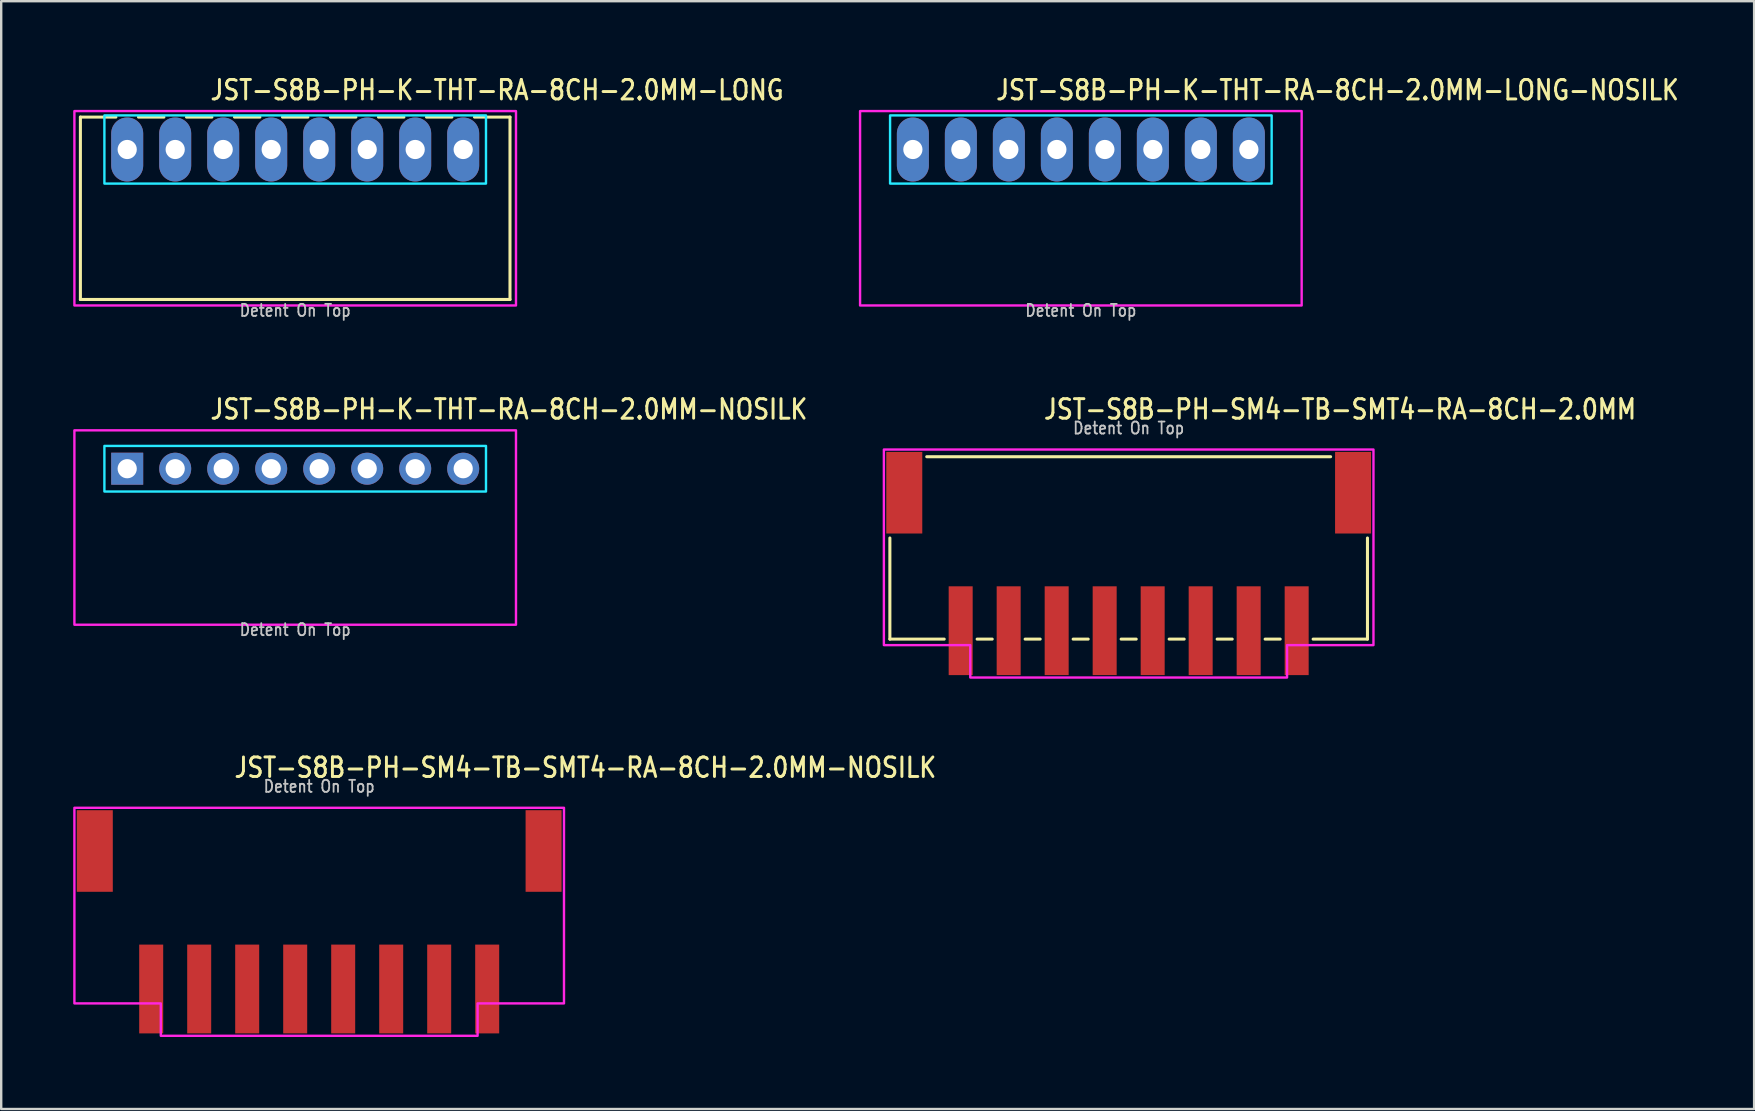
<source format=kicad_pcb>
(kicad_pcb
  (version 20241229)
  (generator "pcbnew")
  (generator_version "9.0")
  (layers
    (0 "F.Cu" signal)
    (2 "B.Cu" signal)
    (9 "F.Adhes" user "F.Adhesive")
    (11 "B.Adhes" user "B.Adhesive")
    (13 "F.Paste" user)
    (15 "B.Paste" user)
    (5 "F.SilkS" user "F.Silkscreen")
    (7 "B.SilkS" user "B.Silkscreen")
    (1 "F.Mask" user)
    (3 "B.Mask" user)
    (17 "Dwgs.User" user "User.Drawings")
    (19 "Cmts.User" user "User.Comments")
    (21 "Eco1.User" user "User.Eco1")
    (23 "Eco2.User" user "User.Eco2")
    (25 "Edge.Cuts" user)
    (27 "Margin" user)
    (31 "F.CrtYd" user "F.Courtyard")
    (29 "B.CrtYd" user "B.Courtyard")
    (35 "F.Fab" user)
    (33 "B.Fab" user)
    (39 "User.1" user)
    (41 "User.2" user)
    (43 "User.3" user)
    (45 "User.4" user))
  (footprint "JST-S8B-PH-K-THT-RA-8CH-2.0MM-NOSILK"
    (layer "F.Cu")
    (at 9.25 16.48)
    (property "Reference" "JST-S8B-PH-K-THT-RA-8CH-2.0MM-NOSILK" (at -3.6 -2 0) (unlocked yes) (layer "F.SilkS") (effects (font (size 0.813 0.695) (thickness 0.122)) (justify left bottom)))
    (fp_poly (pts (xy -7.95 -0.95) (xy -7.95 0.95) (xy 7.95 0.95) (xy 7.95 -0.95)) (stroke (width 0.1) (type solid)) (fill no) (layer "B.CrtYd"))
    (fp_poly (pts (xy -9.2 -1.6) (xy -9.2 6.5) (xy 9.2 6.5) (xy 9.2 -1.6)) (stroke (width 0.1) (type solid)) (fill no) (layer "F.CrtYd"))
    (fp_text user "Detent On Top" (at 0 7 0) (unlocked yes) (layer "Dwgs.User") (effects (font (size 0.5 0.427) (thickness 0.075)) (justify bottom)))
    (pad "P$1" thru_hole rect (at -7 0) (size 1.333 1.333) (drill 0.8) (layers "*.Cu" "*.Mask"))
    (pad "P$2" thru_hole oval (at -5 0) (size 1.333 1.333) (drill 0.8) (layers "*.Cu" "*.Mask"))
    (pad "P$3" thru_hole oval (at -3 0) (size 1.333 1.333) (drill 0.8) (layers "*.Cu" "*.Mask"))
    (pad "P$4" thru_hole oval (at -1 0) (size 1.333 1.333) (drill 0.8) (layers "*.Cu" "*.Mask"))
    (pad "P$5" thru_hole oval (at 1 0) (size 1.333 1.333) (drill 0.8) (layers "*.Cu" "*.Mask"))
    (pad "P$6" thru_hole oval (at 3 0) (size 1.333 1.333) (drill 0.8) (layers "*.Cu" "*.Mask"))
    (pad "P$7" thru_hole oval (at 5 0) (size 1.333 1.333) (drill 0.8) (layers "*.Cu" "*.Mask"))
    (pad "P$8" thru_hole oval (at 7 0) (size 1.333 1.333) (drill 0.8) (layers "*.Cu" "*.Mask")))
  (footprint "JST-S8B-PH-SM4-TB-SMT4-RA-8CH-2.0MM"
    (layer "F.Cu")
    (at 43.979 17.48)
    (property "Reference" "JST-S8B-PH-SM4-TB-SMT4-RA-8CH-2.0MM" (at -3.6 -3 0) (unlocked yes) (layer "F.SilkS") (effects (font (size 0.813 0.695) (thickness 0.122)) (justify left bottom)))
    (fp_line (start -9.95 6.1) (end -9.95 1.887) (stroke (width 0.127) (type solid)) (layer "F.SilkS"))
    (fp_line (start -9.95 6.1) (end -7.686 6.1) (stroke (width 0.127) (type solid)) (layer "F.SilkS"))
    (fp_line (start -8.414 -1.5) (end 8.414 -1.5) (stroke (width 0.127) (type solid)) (layer "F.SilkS"))
    (fp_line (start -6.314 6.1) (end -5.686 6.1) (stroke (width 0.127) (type solid)) (layer "F.SilkS"))
    (fp_line (start -4.314 6.1) (end -3.687 6.1) (stroke (width 0.127) (type solid)) (layer "F.SilkS"))
    (fp_line (start -2.313 6.1) (end -1.687 6.1) (stroke (width 0.127) (type solid)) (layer "F.SilkS"))
    (fp_line (start -0.314 6.1) (end 0.314 6.1) (stroke (width 0.127) (type solid)) (layer "F.SilkS"))
    (fp_line (start 1.687 6.1) (end 2.313 6.1) (stroke (width 0.127) (type solid)) (layer "F.SilkS"))
    (fp_line (start 3.687 6.1) (end 4.314 6.1) (stroke (width 0.127) (type solid)) (layer "F.SilkS"))
    (fp_line (start 5.686 6.1) (end 6.314 6.1) (stroke (width 0.127) (type solid)) (layer "F.SilkS"))
    (fp_line (start 7.686 6.1) (end 9.95 6.1) (stroke (width 0.127) (type solid)) (layer "F.SilkS"))
    (fp_line (start 9.95 1.887) (end 9.95 6.1) (stroke (width 0.127) (type solid)) (layer "F.SilkS"))
    (fp_poly (pts (xy -10.2 -1.8) (xy -10.2 6.35) (xy -6.6 6.35) (xy -6.6 7.7) (xy 6.6 7.7) (xy 6.6 6.35) (xy 10.2 6.35) (xy 10.2 -1.8)) (stroke (width 0.1) (type solid)) (fill no) (layer "F.CrtYd"))
    (fp_text user "Detent On Top" (at 0 -2.4 0) (unlocked yes) (layer "Dwgs.User") (effects (font (size 0.5 0.427) (thickness 0.075)) (justify bottom)))
    (pad "P$1" smd rect (at 7 5.75) (size 1 3.7) (layers "F.Cu" "F.Mask" "F.Paste"))
    (pad "P$2" smd rect (at 5 5.75) (size 1 3.7) (layers "F.Cu" "F.Mask" "F.Paste"))
    (pad "P$3" smd rect (at 3 5.75) (size 1 3.7) (layers "F.Cu" "F.Mask" "F.Paste"))
    (pad "P$4" smd rect (at 1 5.75) (size 1 3.7) (layers "F.Cu" "F.Mask" "F.Paste"))
    (pad "P$5" smd rect (at -1 5.75) (size 1 3.7) (layers "F.Cu" "F.Mask" "F.Paste"))
    (pad "P$6" smd rect (at -3 5.75) (size 1 3.7) (layers "F.Cu" "F.Mask" "F.Paste"))
    (pad "P$7" smd rect (at -5 5.75) (size 1 3.7) (layers "F.Cu" "F.Mask" "F.Paste"))
    (pad "P$8" smd rect (at -7 5.75) (size 1 3.7) (layers "F.Cu" "F.Mask" "F.Paste"))
    (pad "S$1" smd rect (at -9.35 0) (size 1.5 3.4) (layers "F.Cu" "F.Mask" "F.Paste"))
    (pad "S$2" smd rect (at 9.35 0) (size 1.5 3.4) (layers "F.Cu" "F.Mask" "F.Paste")))
  (footprint "JST-S8B-PH-K-THT-RA-8CH-2.0MM-LONG"
    (layer "F.Cu")
    (at 9.25 3.179)
    (property "Reference" "JST-S8B-PH-K-THT-RA-8CH-2.0MM-LONG" (at -3.6 -2 0) (unlocked yes) (layer "F.SilkS") (effects (font (size 0.813 0.695) (thickness 0.122)) (justify left bottom)))
    (fp_line (start -8.95 -1.35) (end -7.471 -1.35) (stroke (width 0.127) (type solid)) (layer "F.SilkS"))
    (fp_line (start -8.95 6.25) (end -8.95 -1.35) (stroke (width 0.127) (type solid)) (layer "F.SilkS"))
    (fp_line (start -8.95 6.25) (end 8.95 6.25) (stroke (width 0.127) (type solid)) (layer "F.SilkS"))
    (fp_line (start -6.529 -1.35) (end -5.471 -1.35) (stroke (width 0.127) (type solid)) (layer "F.SilkS"))
    (fp_line (start -4.529 -1.35) (end -3.471 -1.35) (stroke (width 0.127) (type solid)) (layer "F.SilkS"))
    (fp_line (start -2.529 -1.35) (end -1.471 -1.35) (stroke (width 0.127) (type solid)) (layer "F.SilkS"))
    (fp_line (start -0.529 -1.35) (end 0.529 -1.35) (stroke (width 0.127) (type solid)) (layer "F.SilkS"))
    (fp_line (start 1.471 -1.35) (end 2.529 -1.35) (stroke (width 0.127) (type solid)) (layer "F.SilkS"))
    (fp_line (start 3.471 -1.35) (end 4.529 -1.35) (stroke (width 0.127) (type solid)) (layer "F.SilkS"))
    (fp_line (start 5.471 -1.35) (end 6.529 -1.35) (stroke (width 0.127) (type solid)) (layer "F.SilkS"))
    (fp_line (start 7.471 -1.35) (end 8.95 -1.35) (stroke (width 0.127) (type solid)) (layer "F.SilkS"))
    (fp_line (start 8.95 -1.35) (end 8.95 6.25) (stroke (width 0.127) (type solid)) (layer "F.SilkS"))
    (fp_poly (pts (xy -7.95 -1.42) (xy -7.95 1.42) (xy 7.95 1.42) (xy 7.95 -1.42)) (stroke (width 0.1) (type solid)) (fill no) (layer "B.CrtYd"))
    (fp_poly (pts (xy -9.2 -1.6) (xy -9.2 6.5) (xy 9.2 6.5) (xy 9.2 -1.6)) (stroke (width 0.1) (type solid)) (fill no) (layer "F.CrtYd"))
    (fp_text user "Detent On Top" (at 0 7 0) (unlocked yes) (layer "Dwgs.User") (effects (font (size 0.5 0.427) (thickness 0.075)) (justify bottom)))
    (pad "P$1" thru_hole oval (at -7 0 90) (size 2.667 1.333) (drill 0.8) (layers "*.Cu" "*.Mask"))
    (pad "P$2" thru_hole oval (at -5 0 90) (size 2.667 1.333) (drill 0.8) (layers "*.Cu" "*.Mask"))
    (pad "P$3" thru_hole oval (at -3 0 90) (size 2.667 1.333) (drill 0.8) (layers "*.Cu" "*.Mask"))
    (pad "P$4" thru_hole oval (at -1 0 90) (size 2.667 1.333) (drill 0.8) (layers "*.Cu" "*.Mask"))
    (pad "P$5" thru_hole oval (at 1 0 90) (size 2.667 1.333) (drill 0.8) (layers "*.Cu" "*.Mask"))
    (pad "P$6" thru_hole oval (at 3 0 90) (size 2.667 1.333) (drill 0.8) (layers "*.Cu" "*.Mask"))
    (pad "P$7" thru_hole oval (at 5 0 90) (size 2.667 1.333) (drill 0.8) (layers "*.Cu" "*.Mask"))
    (pad "P$8" thru_hole oval (at 7 0 90) (size 2.667 1.333) (drill 0.8) (layers "*.Cu" "*.Mask")))
  (footprint "JST-S8B-PH-K-THT-RA-8CH-2.0MM-LONG-NOSILK"
    (layer "F.Cu")
    (at 41.987 3.179)
    (property "Reference" "JST-S8B-PH-K-THT-RA-8CH-2.0MM-LONG-NOSILK" (at -3.6 -2 0) (unlocked yes) (layer "F.SilkS") (effects (font (size 0.813 0.695) (thickness 0.122)) (justify left bottom)))
    (fp_poly (pts (xy -7.95 -1.42) (xy -7.95 1.42) (xy 7.95 1.42) (xy 7.95 -1.42)) (stroke (width 0.1) (type solid)) (fill no) (layer "B.CrtYd"))
    (fp_poly (pts (xy -9.2 -1.6) (xy -9.2 6.5) (xy 9.2 6.5) (xy 9.2 -1.6)) (stroke (width 0.1) (type solid)) (fill no) (layer "F.CrtYd"))
    (fp_text user "Detent On Top" (at 0 7 0) (unlocked yes) (layer "Dwgs.User") (effects (font (size 0.5 0.427) (thickness 0.075)) (justify bottom)))
    (pad "P$1" thru_hole oval (at -7 0 90) (size 2.667 1.333) (drill 0.8) (layers "*.Cu" "*.Mask"))
    (pad "P$2" thru_hole oval (at -5 0 90) (size 2.667 1.333) (drill 0.8) (layers "*.Cu" "*.Mask"))
    (pad "P$3" thru_hole oval (at -3 0 90) (size 2.667 1.333) (drill 0.8) (layers "*.Cu" "*.Mask"))
    (pad "P$4" thru_hole oval (at -1 0 90) (size 2.667 1.333) (drill 0.8) (layers "*.Cu" "*.Mask"))
    (pad "P$5" thru_hole oval (at 1 0 90) (size 2.667 1.333) (drill 0.8) (layers "*.Cu" "*.Mask"))
    (pad "P$6" thru_hole oval (at 3 0 90) (size 2.667 1.333) (drill 0.8) (layers "*.Cu" "*.Mask"))
    (pad "P$7" thru_hole oval (at 5 0 90) (size 2.667 1.333) (drill 0.8) (layers "*.Cu" "*.Mask"))
    (pad "P$8" thru_hole oval (at 7 0 90) (size 2.667 1.333) (drill 0.8) (layers "*.Cu" "*.Mask")))
  (footprint "JST-S8B-PH-SM4-TB-SMT4-RA-8CH-2.0MM-NOSILK"
    (layer "F.Cu")
    (at 10.25 32.409)
    (property "Reference" "JST-S8B-PH-SM4-TB-SMT4-RA-8CH-2.0MM-NOSILK" (at -3.6 -3 0) (unlocked yes) (layer "F.SilkS") (effects (font (size 0.813 0.695) (thickness 0.122)) (justify left bottom)))
    (fp_poly (pts (xy -10.2 -1.8) (xy -10.2 6.35) (xy -6.6 6.35) (xy -6.6 7.7) (xy 6.6 7.7) (xy 6.6 6.35) (xy 10.2 6.35) (xy 10.2 -1.8)) (stroke (width 0.1) (type solid)) (fill no) (layer "F.CrtYd"))
    (fp_text user "Detent On Top" (at 0 -2.4 0) (unlocked yes) (layer "Dwgs.User") (effects (font (size 0.5 0.427) (thickness 0.075)) (justify bottom)))
    (pad "P$1" smd rect (at 7 5.75) (size 1 3.7) (layers "F.Cu" "F.Mask" "F.Paste"))
    (pad "P$2" smd rect (at 5 5.75) (size 1 3.7) (layers "F.Cu" "F.Mask" "F.Paste"))
    (pad "P$3" smd rect (at 3 5.75) (size 1 3.7) (layers "F.Cu" "F.Mask" "F.Paste"))
    (pad "P$4" smd rect (at 1 5.75) (size 1 3.7) (layers "F.Cu" "F.Mask" "F.Paste"))
    (pad "P$5" smd rect (at -1 5.75) (size 1 3.7) (layers "F.Cu" "F.Mask" "F.Paste"))
    (pad "P$6" smd rect (at -3 5.75) (size 1 3.7) (layers "F.Cu" "F.Mask" "F.Paste"))
    (pad "P$7" smd rect (at -5 5.75) (size 1 3.7) (layers "F.Cu" "F.Mask" "F.Paste"))
    (pad "P$8" smd rect (at -7 5.75) (size 1 3.7) (layers "F.Cu" "F.Mask" "F.Paste"))
    (pad "S$1" smd rect (at -9.35 0) (size 1.5 3.4) (layers "F.Cu" "F.Mask" "F.Paste"))
    (pad "S$2" smd rect (at 9.35 0) (size 1.5 3.4) (layers "F.Cu" "F.Mask" "F.Paste")))
  (gr_rect
    (start -3 -3)
    (end 70.04 43.159)
    (stroke (width 0.1) (type default))
    (fill no)
    (layer "Edge.Cuts")))
</source>
